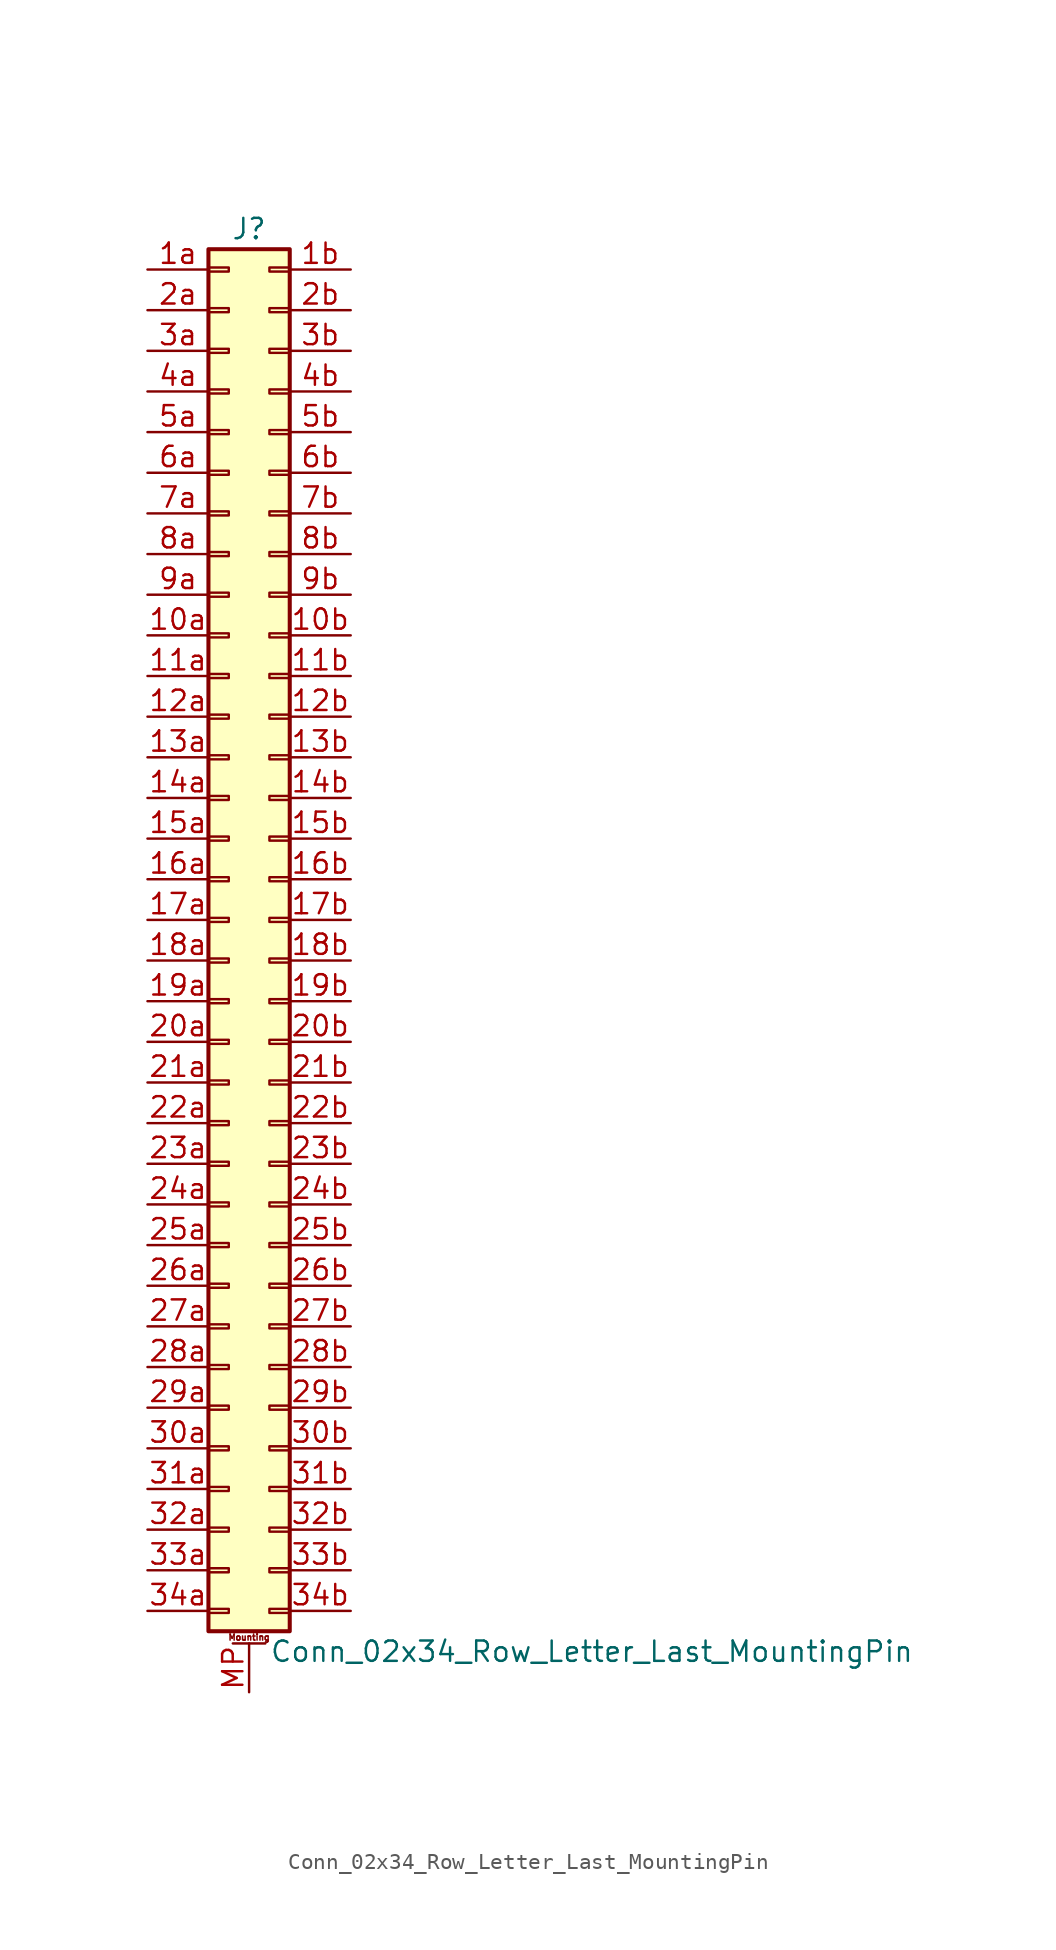
<source format=kicad_sym>
(kicad_symbol_lib
  (version 20201005)
  (generator kicad_symbol_editor)
  (symbol "Conn_02x34_Row_Letter_Last_MountingPin"
    (pin_names
      (offset 1.016) hide)
    (property "Reference" "J"
      (at 1.27 43.18 0)
      (effects (font (size 1.27 1.27))))
    (property "Value" "Conn_02x34_Row_Letter_Last_MountingPin"
      (at 2.54 -45.72 0)
      (effects (font (size 1.27 1.27)) (justify left)))
    (symbol "Conn_02x34_Row_Letter_Last_MountingPin_1_1"
      (text "Mounting" (at 1.27 -44.831 0) (effects (font (size 0.381 0.381))))
      (rectangle (start -1.27 -43.053) (end 0 -43.307) (stroke (width 0.152)) (fill (type none)))
      (rectangle (start -1.27 -40.513) (end 0 -40.767) (stroke (width 0.152)) (fill (type none)))
      (rectangle (start -1.27 -37.973) (end 0 -38.227) (stroke (width 0.152)) (fill (type none)))
      (rectangle (start -1.27 -35.433) (end 0 -35.687) (stroke (width 0.152)) (fill (type none)))
      (rectangle (start -1.27 -32.893) (end 0 -33.147) (stroke (width 0.152)) (fill (type none)))
      (rectangle (start -1.27 -30.353) (end 0 -30.607) (stroke (width 0.152)) (fill (type none)))
      (rectangle (start -1.27 -27.813) (end 0 -28.067) (stroke (width 0.152)) (fill (type none)))
      (rectangle (start -1.27 -25.273) (end 0 -25.527) (stroke (width 0.152)) (fill (type none)))
      (rectangle (start -1.27 -22.733) (end 0 -22.987) (stroke (width 0.152)) (fill (type none)))
      (rectangle (start -1.27 -20.193) (end 0 -20.447) (stroke (width 0.152)) (fill (type none)))
      (rectangle (start -1.27 -17.653) (end 0 -17.907) (stroke (width 0.152)) (fill (type none)))
      (rectangle (start -1.27 -15.113) (end 0 -15.367) (stroke (width 0.152)) (fill (type none)))
      (rectangle (start -1.27 -12.573) (end 0 -12.827) (stroke (width 0.152)) (fill (type none)))
      (rectangle (start -1.27 -10.033) (end 0 -10.287) (stroke (width 0.152)) (fill (type none)))
      (rectangle (start -1.27 -7.493) (end 0 -7.747) (stroke (width 0.152)) (fill (type none)))
      (rectangle (start -1.27 -4.953) (end 0 -5.207) (stroke (width 0.152)) (fill (type none)))
      (rectangle (start -1.27 -2.413) (end 0 -2.667) (stroke (width 0.152)) (fill (type none)))
      (rectangle (start -1.27 0.127) (end 0 -0.127) (stroke (width 0.152)) (fill (type none)))
      (rectangle (start -1.27 2.667) (end 0 2.413) (stroke (width 0.152)) (fill (type none)))
      (rectangle (start -1.27 5.207) (end 0 4.953) (stroke (width 0.152)) (fill (type none)))
      (rectangle (start -1.27 7.747) (end 0 7.493) (stroke (width 0.152)) (fill (type none)))
      (rectangle (start -1.27 10.287) (end 0 10.033) (stroke (width 0.152)) (fill (type none)))
      (rectangle (start -1.27 12.827) (end 0 12.573) (stroke (width 0.152)) (fill (type none)))
      (rectangle (start -1.27 15.367) (end 0 15.113) (stroke (width 0.152)) (fill (type none)))
      (rectangle (start -1.27 17.907) (end 0 17.653) (stroke (width 0.152)) (fill (type none)))
      (rectangle (start -1.27 20.447) (end 0 20.193) (stroke (width 0.152)) (fill (type none)))
      (rectangle (start -1.27 22.987) (end 0 22.733) (stroke (width 0.152)) (fill (type none)))
      (rectangle (start -1.27 25.527) (end 0 25.273) (stroke (width 0.152)) (fill (type none)))
      (rectangle (start -1.27 28.067) (end 0 27.813) (stroke (width 0.152)) (fill (type none)))
      (rectangle (start -1.27 30.607) (end 0 30.353) (stroke (width 0.152)) (fill (type none)))
      (rectangle (start -1.27 33.147) (end 0 32.893) (stroke (width 0.152)) (fill (type none)))
      (rectangle (start -1.27 35.687) (end 0 35.433) (stroke (width 0.152)) (fill (type none)))
      (rectangle (start -1.27 38.227) (end 0 37.973) (stroke (width 0.152)) (fill (type none)))
      (rectangle (start -1.27 40.767) (end 0 40.513) (stroke (width 0.152)) (fill (type none)))
      (rectangle (start 3.81 -43.053) (end 2.54 -43.307) (stroke (width 0.152)) (fill (type none)))
      (rectangle (start 3.81 -40.513) (end 2.54 -40.767) (stroke (width 0.152)) (fill (type none)))
      (rectangle (start 3.81 -37.973) (end 2.54 -38.227) (stroke (width 0.152)) (fill (type none)))
      (rectangle (start 3.81 -35.433) (end 2.54 -35.687) (stroke (width 0.152)) (fill (type none)))
      (rectangle (start 3.81 -32.893) (end 2.54 -33.147) (stroke (width 0.152)) (fill (type none)))
      (rectangle (start 3.81 -30.353) (end 2.54 -30.607) (stroke (width 0.152)) (fill (type none)))
      (rectangle (start 3.81 -27.813) (end 2.54 -28.067) (stroke (width 0.152)) (fill (type none)))
      (rectangle (start 3.81 -25.273) (end 2.54 -25.527) (stroke (width 0.152)) (fill (type none)))
      (rectangle (start 3.81 -22.733) (end 2.54 -22.987) (stroke (width 0.152)) (fill (type none)))
      (rectangle (start 3.81 -20.193) (end 2.54 -20.447) (stroke (width 0.152)) (fill (type none)))
      (rectangle (start 3.81 -17.653) (end 2.54 -17.907) (stroke (width 0.152)) (fill (type none)))
      (rectangle (start 3.81 -15.113) (end 2.54 -15.367) (stroke (width 0.152)) (fill (type none)))
      (rectangle (start 3.81 -12.573) (end 2.54 -12.827) (stroke (width 0.152)) (fill (type none)))
      (rectangle (start 3.81 -10.033) (end 2.54 -10.287) (stroke (width 0.152)) (fill (type none)))
      (rectangle (start 3.81 -7.493) (end 2.54 -7.747) (stroke (width 0.152)) (fill (type none)))
      (rectangle (start 3.81 -4.953) (end 2.54 -5.207) (stroke (width 0.152)) (fill (type none)))
      (rectangle (start 3.81 -2.413) (end 2.54 -2.667) (stroke (width 0.152)) (fill (type none)))
      (rectangle (start 3.81 0.127) (end 2.54 -0.127) (stroke (width 0.152)) (fill (type none)))
      (rectangle (start 3.81 2.667) (end 2.54 2.413) (stroke (width 0.152)) (fill (type none)))
      (rectangle (start 3.81 5.207) (end 2.54 4.953) (stroke (width 0.152)) (fill (type none)))
      (rectangle (start 3.81 7.747) (end 2.54 7.493) (stroke (width 0.152)) (fill (type none)))
      (rectangle (start 3.81 10.287) (end 2.54 10.033) (stroke (width 0.152)) (fill (type none)))
      (rectangle (start 3.81 12.827) (end 2.54 12.573) (stroke (width 0.152)) (fill (type none)))
      (rectangle (start 3.81 15.367) (end 2.54 15.113) (stroke (width 0.152)) (fill (type none)))
      (rectangle (start 3.81 17.907) (end 2.54 17.653) (stroke (width 0.152)) (fill (type none)))
      (rectangle (start 3.81 20.447) (end 2.54 20.193) (stroke (width 0.152)) (fill (type none)))
      (rectangle (start 3.81 22.987) (end 2.54 22.733) (stroke (width 0.152)) (fill (type none)))
      (rectangle (start 3.81 25.527) (end 2.54 25.273) (stroke (width 0.152)) (fill (type none)))
      (rectangle (start 3.81 28.067) (end 2.54 27.813) (stroke (width 0.152)) (fill (type none)))
      (rectangle (start 3.81 30.607) (end 2.54 30.353) (stroke (width 0.152)) (fill (type none)))
      (rectangle (start 3.81 33.147) (end 2.54 32.893) (stroke (width 0.152)) (fill (type none)))
      (rectangle (start 3.81 35.687) (end 2.54 35.433) (stroke (width 0.152)) (fill (type none)))
      (rectangle (start 3.81 38.227) (end 2.54 37.973) (stroke (width 0.152)) (fill (type none)))
      (rectangle (start 3.81 40.767) (end 2.54 40.513) (stroke (width 0.152)) (fill (type none)))
      (rectangle (start -1.27 41.91) (end 3.81 -44.45) (stroke (width 0.254)) (fill (type background)))
      (polyline (pts (xy 0.254 -45.212) (xy 2.286 -45.212)) (stroke (width 0.152)) (fill (type none)))
      (pin passive line (at -5.08 17.78 0) (length 3.81) (name "Pin_10a" (effects (font (size 1.27 1.27)))) (number "10a" (effects (font (size 1.27 1.27)))))
      (pin passive line (at 7.62 17.78 180) (length 3.81) (name "Pin_10b" (effects (font (size 1.27 1.27)))) (number "10b" (effects (font (size 1.27 1.27)))))
      (pin passive line (at -5.08 15.24 0) (length 3.81) (name "Pin_11a" (effects (font (size 1.27 1.27)))) (number "11a" (effects (font (size 1.27 1.27)))))
      (pin passive line (at 7.62 15.24 180) (length 3.81) (name "Pin_11b" (effects (font (size 1.27 1.27)))) (number "11b" (effects (font (size 1.27 1.27)))))
      (pin passive line (at -5.08 12.7 0) (length 3.81) (name "Pin_12a" (effects (font (size 1.27 1.27)))) (number "12a" (effects (font (size 1.27 1.27)))))
      (pin passive line (at 7.62 12.7 180) (length 3.81) (name "Pin_12b" (effects (font (size 1.27 1.27)))) (number "12b" (effects (font (size 1.27 1.27)))))
      (pin passive line (at -5.08 10.16 0) (length 3.81) (name "Pin_13a" (effects (font (size 1.27 1.27)))) (number "13a" (effects (font (size 1.27 1.27)))))
      (pin passive line (at 7.62 10.16 180) (length 3.81) (name "Pin_13b" (effects (font (size 1.27 1.27)))) (number "13b" (effects (font (size 1.27 1.27)))))
      (pin passive line (at -5.08 7.62 0) (length 3.81) (name "Pin_14a" (effects (font (size 1.27 1.27)))) (number "14a" (effects (font (size 1.27 1.27)))))
      (pin passive line (at 7.62 7.62 180) (length 3.81) (name "Pin_14b" (effects (font (size 1.27 1.27)))) (number "14b" (effects (font (size 1.27 1.27)))))
      (pin passive line (at -5.08 5.08 0) (length 3.81) (name "Pin_15a" (effects (font (size 1.27 1.27)))) (number "15a" (effects (font (size 1.27 1.27)))))
      (pin passive line (at 7.62 5.08 180) (length 3.81) (name "Pin_15b" (effects (font (size 1.27 1.27)))) (number "15b" (effects (font (size 1.27 1.27)))))
      (pin passive line (at -5.08 2.54 0) (length 3.81) (name "Pin_16a" (effects (font (size 1.27 1.27)))) (number "16a" (effects (font (size 1.27 1.27)))))
      (pin passive line (at 7.62 2.54 180) (length 3.81) (name "Pin_16b" (effects (font (size 1.27 1.27)))) (number "16b" (effects (font (size 1.27 1.27)))))
      (pin passive line (at -5.08 0 0) (length 3.81) (name "Pin_17a" (effects (font (size 1.27 1.27)))) (number "17a" (effects (font (size 1.27 1.27)))))
      (pin passive line (at 7.62 0 180) (length 3.81) (name "Pin_17b" (effects (font (size 1.27 1.27)))) (number "17b" (effects (font (size 1.27 1.27)))))
      (pin passive line (at -5.08 -2.54 0) (length 3.81) (name "Pin_18a" (effects (font (size 1.27 1.27)))) (number "18a" (effects (font (size 1.27 1.27)))))
      (pin passive line (at 7.62 -2.54 180) (length 3.81) (name "Pin_18b" (effects (font (size 1.27 1.27)))) (number "18b" (effects (font (size 1.27 1.27)))))
      (pin passive line (at -5.08 -5.08 0) (length 3.81) (name "Pin_19a" (effects (font (size 1.27 1.27)))) (number "19a" (effects (font (size 1.27 1.27)))))
      (pin passive line (at 7.62 -5.08 180) (length 3.81) (name "Pin_19b" (effects (font (size 1.27 1.27)))) (number "19b" (effects (font (size 1.27 1.27)))))
      (pin passive line (at -5.08 40.64 0) (length 3.81) (name "Pin_1a" (effects (font (size 1.27 1.27)))) (number "1a" (effects (font (size 1.27 1.27)))))
      (pin passive line (at 7.62 40.64 180) (length 3.81) (name "Pin_1b" (effects (font (size 1.27 1.27)))) (number "1b" (effects (font (size 1.27 1.27)))))
      (pin passive line (at -5.08 -7.62 0) (length 3.81) (name "Pin_20a" (effects (font (size 1.27 1.27)))) (number "20a" (effects (font (size 1.27 1.27)))))
      (pin passive line (at 7.62 -7.62 180) (length 3.81) (name "Pin_20b" (effects (font (size 1.27 1.27)))) (number "20b" (effects (font (size 1.27 1.27)))))
      (pin passive line (at -5.08 -10.16 0) (length 3.81) (name "Pin_21a" (effects (font (size 1.27 1.27)))) (number "21a" (effects (font (size 1.27 1.27)))))
      (pin passive line (at 7.62 -10.16 180) (length 3.81) (name "Pin_21b" (effects (font (size 1.27 1.27)))) (number "21b" (effects (font (size 1.27 1.27)))))
      (pin passive line (at -5.08 -12.7 0) (length 3.81) (name "Pin_22a" (effects (font (size 1.27 1.27)))) (number "22a" (effects (font (size 1.27 1.27)))))
      (pin passive line (at 7.62 -12.7 180) (length 3.81) (name "Pin_22b" (effects (font (size 1.27 1.27)))) (number "22b" (effects (font (size 1.27 1.27)))))
      (pin passive line (at -5.08 -15.24 0) (length 3.81) (name "Pin_23a" (effects (font (size 1.27 1.27)))) (number "23a" (effects (font (size 1.27 1.27)))))
      (pin passive line (at 7.62 -15.24 180) (length 3.81) (name "Pin_23b" (effects (font (size 1.27 1.27)))) (number "23b" (effects (font (size 1.27 1.27)))))
      (pin passive line (at -5.08 -17.78 0) (length 3.81) (name "Pin_24a" (effects (font (size 1.27 1.27)))) (number "24a" (effects (font (size 1.27 1.27)))))
      (pin passive line (at 7.62 -17.78 180) (length 3.81) (name "Pin_24b" (effects (font (size 1.27 1.27)))) (number "24b" (effects (font (size 1.27 1.27)))))
      (pin passive line (at -5.08 -20.32 0) (length 3.81) (name "Pin_25a" (effects (font (size 1.27 1.27)))) (number "25a" (effects (font (size 1.27 1.27)))))
      (pin passive line (at 7.62 -20.32 180) (length 3.81) (name "Pin_25b" (effects (font (size 1.27 1.27)))) (number "25b" (effects (font (size 1.27 1.27)))))
      (pin passive line (at -5.08 -22.86 0) (length 3.81) (name "Pin_26a" (effects (font (size 1.27 1.27)))) (number "26a" (effects (font (size 1.27 1.27)))))
      (pin passive line (at 7.62 -22.86 180) (length 3.81) (name "Pin_26b" (effects (font (size 1.27 1.27)))) (number "26b" (effects (font (size 1.27 1.27)))))
      (pin passive line (at -5.08 -25.4 0) (length 3.81) (name "Pin_27a" (effects (font (size 1.27 1.27)))) (number "27a" (effects (font (size 1.27 1.27)))))
      (pin passive line (at 7.62 -25.4 180) (length 3.81) (name "Pin_27b" (effects (font (size 1.27 1.27)))) (number "27b" (effects (font (size 1.27 1.27)))))
      (pin passive line (at -5.08 -27.94 0) (length 3.81) (name "Pin_28a" (effects (font (size 1.27 1.27)))) (number "28a" (effects (font (size 1.27 1.27)))))
      (pin passive line (at 7.62 -27.94 180) (length 3.81) (name "Pin_28b" (effects (font (size 1.27 1.27)))) (number "28b" (effects (font (size 1.27 1.27)))))
      (pin passive line (at -5.08 -30.48 0) (length 3.81) (name "Pin_29a" (effects (font (size 1.27 1.27)))) (number "29a" (effects (font (size 1.27 1.27)))))
      (pin passive line (at 7.62 -30.48 180) (length 3.81) (name "Pin_29b" (effects (font (size 1.27 1.27)))) (number "29b" (effects (font (size 1.27 1.27)))))
      (pin passive line (at -5.08 38.1 0) (length 3.81) (name "Pin_2a" (effects (font (size 1.27 1.27)))) (number "2a" (effects (font (size 1.27 1.27)))))
      (pin passive line (at 7.62 38.1 180) (length 3.81) (name "Pin_2b" (effects (font (size 1.27 1.27)))) (number "2b" (effects (font (size 1.27 1.27)))))
      (pin passive line (at -5.08 -33.02 0) (length 3.81) (name "Pin_30a" (effects (font (size 1.27 1.27)))) (number "30a" (effects (font (size 1.27 1.27)))))
      (pin passive line (at 7.62 -33.02 180) (length 3.81) (name "Pin_30b" (effects (font (size 1.27 1.27)))) (number "30b" (effects (font (size 1.27 1.27)))))
      (pin passive line (at -5.08 -35.56 0) (length 3.81) (name "Pin_31a" (effects (font (size 1.27 1.27)))) (number "31a" (effects (font (size 1.27 1.27)))))
      (pin passive line (at 7.62 -35.56 180) (length 3.81) (name "Pin_31b" (effects (font (size 1.27 1.27)))) (number "31b" (effects (font (size 1.27 1.27)))))
      (pin passive line (at -5.08 -38.1 0) (length 3.81) (name "Pin_32a" (effects (font (size 1.27 1.27)))) (number "32a" (effects (font (size 1.27 1.27)))))
      (pin passive line (at 7.62 -38.1 180) (length 3.81) (name "Pin_32b" (effects (font (size 1.27 1.27)))) (number "32b" (effects (font (size 1.27 1.27)))))
      (pin passive line (at -5.08 -40.64 0) (length 3.81) (name "Pin_33a" (effects (font (size 1.27 1.27)))) (number "33a" (effects (font (size 1.27 1.27)))))
      (pin passive line (at 7.62 -40.64 180) (length 3.81) (name "Pin_33b" (effects (font (size 1.27 1.27)))) (number "33b" (effects (font (size 1.27 1.27)))))
      (pin passive line (at -5.08 -43.18 0) (length 3.81) (name "Pin_34a" (effects (font (size 1.27 1.27)))) (number "34a" (effects (font (size 1.27 1.27)))))
      (pin passive line (at 7.62 -43.18 180) (length 3.81) (name "Pin_34b" (effects (font (size 1.27 1.27)))) (number "34b" (effects (font (size 1.27 1.27)))))
      (pin passive line (at -5.08 35.56 0) (length 3.81) (name "Pin_3a" (effects (font (size 1.27 1.27)))) (number "3a" (effects (font (size 1.27 1.27)))))
      (pin passive line (at 7.62 35.56 180) (length 3.81) (name "Pin_3b" (effects (font (size 1.27 1.27)))) (number "3b" (effects (font (size 1.27 1.27)))))
      (pin passive line (at -5.08 33.02 0) (length 3.81) (name "Pin_4a" (effects (font (size 1.27 1.27)))) (number "4a" (effects (font (size 1.27 1.27)))))
      (pin passive line (at 7.62 33.02 180) (length 3.81) (name "Pin_4b" (effects (font (size 1.27 1.27)))) (number "4b" (effects (font (size 1.27 1.27)))))
      (pin passive line (at -5.08 30.48 0) (length 3.81) (name "Pin_5a" (effects (font (size 1.27 1.27)))) (number "5a" (effects (font (size 1.27 1.27)))))
      (pin passive line (at 7.62 30.48 180) (length 3.81) (name "Pin_5b" (effects (font (size 1.27 1.27)))) (number "5b" (effects (font (size 1.27 1.27)))))
      (pin passive line (at -5.08 27.94 0) (length 3.81) (name "Pin_6a" (effects (font (size 1.27 1.27)))) (number "6a" (effects (font (size 1.27 1.27)))))
      (pin passive line (at 7.62 27.94 180) (length 3.81) (name "Pin_6b" (effects (font (size 1.27 1.27)))) (number "6b" (effects (font (size 1.27 1.27)))))
      (pin passive line (at -5.08 25.4 0) (length 3.81) (name "Pin_7a" (effects (font (size 1.27 1.27)))) (number "7a" (effects (font (size 1.27 1.27)))))
      (pin passive line (at 7.62 25.4 180) (length 3.81) (name "Pin_7b" (effects (font (size 1.27 1.27)))) (number "7b" (effects (font (size 1.27 1.27)))))
      (pin passive line (at -5.08 22.86 0) (length 3.81) (name "Pin_8a" (effects (font (size 1.27 1.27)))) (number "8a" (effects (font (size 1.27 1.27)))))
      (pin passive line (at 7.62 22.86 180) (length 3.81) (name "Pin_8b" (effects (font (size 1.27 1.27)))) (number "8b" (effects (font (size 1.27 1.27)))))
      (pin passive line (at -5.08 20.32 0) (length 3.81) (name "Pin_9a" (effects (font (size 1.27 1.27)))) (number "9a" (effects (font (size 1.27 1.27)))))
      (pin passive line (at 7.62 20.32 180) (length 3.81) (name "Pin_9b" (effects (font (size 1.27 1.27)))) (number "9b" (effects (font (size 1.27 1.27)))))
      (pin passive line (at 1.27 -48.26 90) (length 3.048) (name "MountPin" (effects (font (size 1.27 1.27)))) (number "MP" (effects (font (size 1.27 1.27))))))))
</source>
